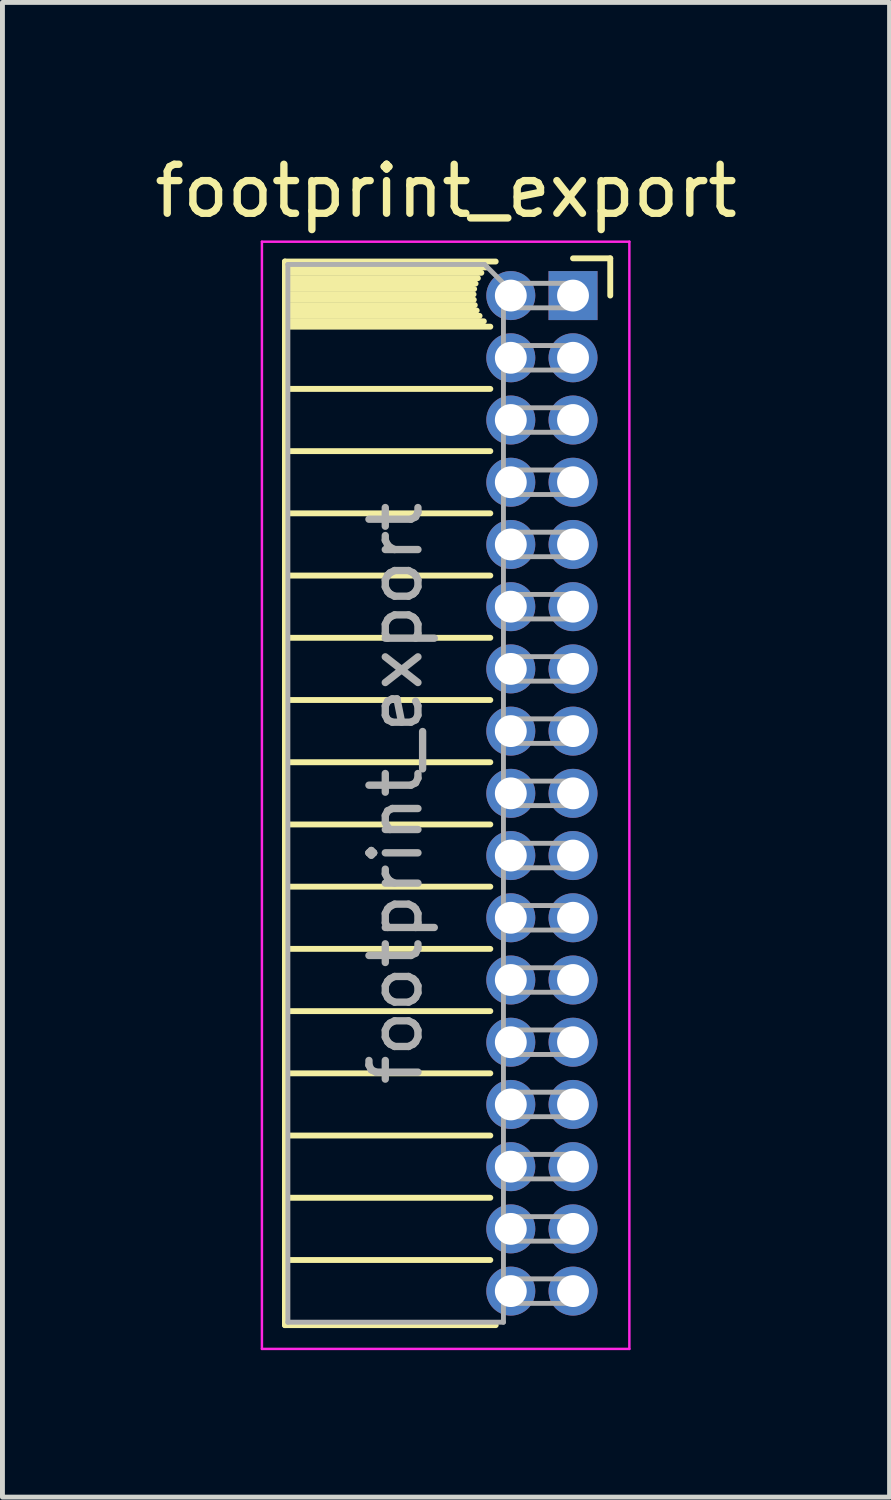
<source format=kicad_pcb>
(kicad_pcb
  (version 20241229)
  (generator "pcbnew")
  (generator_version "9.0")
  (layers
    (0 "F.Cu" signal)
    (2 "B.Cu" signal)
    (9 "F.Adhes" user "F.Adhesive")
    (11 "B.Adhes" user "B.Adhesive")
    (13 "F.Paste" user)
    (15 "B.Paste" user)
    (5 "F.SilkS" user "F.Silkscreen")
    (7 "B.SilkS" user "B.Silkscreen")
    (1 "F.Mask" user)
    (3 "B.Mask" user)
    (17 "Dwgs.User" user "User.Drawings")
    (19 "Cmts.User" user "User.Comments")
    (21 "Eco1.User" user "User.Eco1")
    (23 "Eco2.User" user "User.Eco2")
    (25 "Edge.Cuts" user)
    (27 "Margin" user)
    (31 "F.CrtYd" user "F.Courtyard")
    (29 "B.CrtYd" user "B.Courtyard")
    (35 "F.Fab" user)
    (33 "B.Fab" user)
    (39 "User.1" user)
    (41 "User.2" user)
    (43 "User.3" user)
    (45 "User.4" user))
  (footprint "footprint_export"
    (layer "F.Cu")
    (at 8.646 2.983)
    (property "Reference" "footprint_export" (at -2.592 -2.135 0) (layer "F.SilkS") (effects (font (size 1 1) (thickness 0.15))))
    (attr through_hole)
    (fp_line (start -5.88 -0.695) (end -5.88 21.015) (stroke (width 0.12) (type solid)) (layer "F.SilkS"))
    (fp_line (start -5.88 -0.695) (end -1.578 -0.695) (stroke (width 0.12) (type solid)) (layer "F.SilkS"))
    (fp_line (start -5.88 -0.575) (end -1.767 -0.575) (stroke (width 0.12) (type solid)) (layer "F.SilkS"))
    (fp_line (start -5.88 -0.465) (end -1.871 -0.465) (stroke (width 0.12) (type solid)) (layer "F.SilkS"))
    (fp_line (start -5.88 -0.355) (end -1.942 -0.355) (stroke (width 0.12) (type solid)) (layer "F.SilkS"))
    (fp_line (start -5.88 -0.245) (end -1.989 -0.245) (stroke (width 0.12) (type solid)) (layer "F.SilkS"))
    (fp_line (start -5.88 -0.135) (end -2.018 -0.135) (stroke (width 0.12) (type solid)) (layer "F.SilkS"))
    (fp_line (start -5.88 -0.025) (end -2.03 -0.025) (stroke (width 0.12) (type solid)) (layer "F.SilkS"))
    (fp_line (start -5.88 0.085) (end -2.025 0.085) (stroke (width 0.12) (type solid)) (layer "F.SilkS"))
    (fp_line (start -5.88 0.195) (end -2.005 0.195) (stroke (width 0.12) (type solid)) (layer "F.SilkS"))
    (fp_line (start -5.88 0.305) (end -1.966 0.305) (stroke (width 0.12) (type solid)) (layer "F.SilkS"))
    (fp_line (start -5.88 0.415) (end -1.907 0.415) (stroke (width 0.12) (type solid)) (layer "F.SilkS"))
    (fp_line (start -5.88 0.525) (end -1.82 0.525) (stroke (width 0.12) (type solid)) (layer "F.SilkS"))
    (fp_line (start -5.88 0.635) (end -1.688 0.635) (stroke (width 0.12) (type solid)) (layer "F.SilkS"))
    (fp_line (start -5.88 1.905) (end -1.688 1.905) (stroke (width 0.12) (type solid)) (layer "F.SilkS"))
    (fp_line (start -5.88 3.175) (end -1.688 3.175) (stroke (width 0.12) (type solid)) (layer "F.SilkS"))
    (fp_line (start -5.88 4.445) (end -1.688 4.445) (stroke (width 0.12) (type solid)) (layer "F.SilkS"))
    (fp_line (start -5.88 5.715) (end -1.688 5.715) (stroke (width 0.12) (type solid)) (layer "F.SilkS"))
    (fp_line (start -5.88 6.985) (end -1.688 6.985) (stroke (width 0.12) (type solid)) (layer "F.SilkS"))
    (fp_line (start -5.88 8.255) (end -1.688 8.255) (stroke (width 0.12) (type solid)) (layer "F.SilkS"))
    (fp_line (start -5.88 9.525) (end -1.688 9.525) (stroke (width 0.12) (type solid)) (layer "F.SilkS"))
    (fp_line (start -5.88 10.795) (end -1.688 10.795) (stroke (width 0.12) (type solid)) (layer "F.SilkS"))
    (fp_line (start -5.88 12.065) (end -1.688 12.065) (stroke (width 0.12) (type solid)) (layer "F.SilkS"))
    (fp_line (start -5.88 13.335) (end -1.688 13.335) (stroke (width 0.12) (type solid)) (layer "F.SilkS"))
    (fp_line (start -5.88 14.605) (end -1.688 14.605) (stroke (width 0.12) (type solid)) (layer "F.SilkS"))
    (fp_line (start -5.88 15.875) (end -1.688 15.875) (stroke (width 0.12) (type solid)) (layer "F.SilkS"))
    (fp_line (start -5.88 17.145) (end -1.688 17.145) (stroke (width 0.12) (type solid)) (layer "F.SilkS"))
    (fp_line (start -5.88 18.415) (end -1.688 18.415) (stroke (width 0.12) (type solid)) (layer "F.SilkS"))
    (fp_line (start -5.88 19.685) (end -1.688 19.685) (stroke (width 0.12) (type solid)) (layer "F.SilkS"))
    (fp_line (start -5.88 21.015) (end -1.578 21.015) (stroke (width 0.12) (type solid)) (layer "F.SilkS"))
    (fp_line (start 0 -0.76) (end 0.76 -0.76) (stroke (width 0.12) (type solid)) (layer "F.SilkS"))
    (fp_line (start 0.76 -0.76) (end 0.76 0) (stroke (width 0.12) (type solid)) (layer "F.SilkS"))
    (fp_line (start -6.35 -1.1) (end -6.35 21.5) (stroke (width 0.05) (type solid)) (layer "F.CrtYd"))
    (fp_line (start -6.35 21.5) (end 1.15 21.5) (stroke (width 0.05) (type solid)) (layer "F.CrtYd"))
    (fp_line (start 1.15 -1.1) (end -6.35 -1.1) (stroke (width 0.05) (type solid)) (layer "F.CrtYd"))
    (fp_line (start 1.15 21.5) (end 1.15 -1.1) (stroke (width 0.05) (type solid)) (layer "F.CrtYd"))
    (fp_line (start -5.82 -0.635) (end -1.805 -0.635) (stroke (width 0.1) (type solid)) (layer "F.Fab"))
    (fp_line (start -5.82 20.955) (end -5.82 -0.635) (stroke (width 0.1) (type solid)) (layer "F.Fab"))
    (fp_line (start -1.805 -0.635) (end -1.42 -0.25) (stroke (width 0.1) (type solid)) (layer "F.Fab"))
    (fp_line (start -1.42 -0.25) (end -1.42 20.955) (stroke (width 0.1) (type solid)) (layer "F.Fab"))
    (fp_line (start -1.42 0.25) (end 0 0.25) (stroke (width 0.1) (type solid)) (layer "F.Fab"))
    (fp_line (start -1.42 1.52) (end 0 1.52) (stroke (width 0.1) (type solid)) (layer "F.Fab"))
    (fp_line (start -1.42 2.79) (end 0 2.79) (stroke (width 0.1) (type solid)) (layer "F.Fab"))
    (fp_line (start -1.42 4.06) (end 0 4.06) (stroke (width 0.1) (type solid)) (layer "F.Fab"))
    (fp_line (start -1.42 5.33) (end 0 5.33) (stroke (width 0.1) (type solid)) (layer "F.Fab"))
    (fp_line (start -1.42 6.6) (end 0 6.6) (stroke (width 0.1) (type solid)) (layer "F.Fab"))
    (fp_line (start -1.42 7.87) (end 0 7.87) (stroke (width 0.1) (type solid)) (layer "F.Fab"))
    (fp_line (start -1.42 9.14) (end 0 9.14) (stroke (width 0.1) (type solid)) (layer "F.Fab"))
    (fp_line (start -1.42 10.41) (end 0 10.41) (stroke (width 0.1) (type solid)) (layer "F.Fab"))
    (fp_line (start -1.42 11.68) (end 0 11.68) (stroke (width 0.1) (type solid)) (layer "F.Fab"))
    (fp_line (start -1.42 12.95) (end 0 12.95) (stroke (width 0.1) (type solid)) (layer "F.Fab"))
    (fp_line (start -1.42 14.22) (end 0 14.22) (stroke (width 0.1) (type solid)) (layer "F.Fab"))
    (fp_line (start -1.42 15.49) (end 0 15.49) (stroke (width 0.1) (type solid)) (layer "F.Fab"))
    (fp_line (start -1.42 16.76) (end 0 16.76) (stroke (width 0.1) (type solid)) (layer "F.Fab"))
    (fp_line (start -1.42 18.03) (end 0 18.03) (stroke (width 0.1) (type solid)) (layer "F.Fab"))
    (fp_line (start -1.42 19.3) (end 0 19.3) (stroke (width 0.1) (type solid)) (layer "F.Fab"))
    (fp_line (start -1.42 20.57) (end 0 20.57) (stroke (width 0.1) (type solid)) (layer "F.Fab"))
    (fp_line (start -1.42 20.955) (end -5.82 20.955) (stroke (width 0.1) (type solid)) (layer "F.Fab"))
    (fp_line (start 0 -0.25) (end -1.42 -0.25) (stroke (width 0.1) (type solid)) (layer "F.Fab"))
    (fp_line (start 0 0.25) (end 0 -0.25) (stroke (width 0.1) (type solid)) (layer "F.Fab"))
    (fp_line (start 0 1.02) (end -1.42 1.02) (stroke (width 0.1) (type solid)) (layer "F.Fab"))
    (fp_line (start 0 1.52) (end 0 1.02) (stroke (width 0.1) (type solid)) (layer "F.Fab"))
    (fp_line (start 0 2.29) (end -1.42 2.29) (stroke (width 0.1) (type solid)) (layer "F.Fab"))
    (fp_line (start 0 2.79) (end 0 2.29) (stroke (width 0.1) (type solid)) (layer "F.Fab"))
    (fp_line (start 0 3.56) (end -1.42 3.56) (stroke (width 0.1) (type solid)) (layer "F.Fab"))
    (fp_line (start 0 4.06) (end 0 3.56) (stroke (width 0.1) (type solid)) (layer "F.Fab"))
    (fp_line (start 0 4.83) (end -1.42 4.83) (stroke (width 0.1) (type solid)) (layer "F.Fab"))
    (fp_line (start 0 5.33) (end 0 4.83) (stroke (width 0.1) (type solid)) (layer "F.Fab"))
    (fp_line (start 0 6.1) (end -1.42 6.1) (stroke (width 0.1) (type solid)) (layer "F.Fab"))
    (fp_line (start 0 6.6) (end 0 6.1) (stroke (width 0.1) (type solid)) (layer "F.Fab"))
    (fp_line (start 0 7.37) (end -1.42 7.37) (stroke (width 0.1) (type solid)) (layer "F.Fab"))
    (fp_line (start 0 7.87) (end 0 7.37) (stroke (width 0.1) (type solid)) (layer "F.Fab"))
    (fp_line (start 0 8.64) (end -1.42 8.64) (stroke (width 0.1) (type solid)) (layer "F.Fab"))
    (fp_line (start 0 9.14) (end 0 8.64) (stroke (width 0.1) (type solid)) (layer "F.Fab"))
    (fp_line (start 0 9.91) (end -1.42 9.91) (stroke (width 0.1) (type solid)) (layer "F.Fab"))
    (fp_line (start 0 10.41) (end 0 9.91) (stroke (width 0.1) (type solid)) (layer "F.Fab"))
    (fp_line (start 0 11.18) (end -1.42 11.18) (stroke (width 0.1) (type solid)) (layer "F.Fab"))
    (fp_line (start 0 11.68) (end 0 11.18) (stroke (width 0.1) (type solid)) (layer "F.Fab"))
    (fp_line (start 0 12.45) (end -1.42 12.45) (stroke (width 0.1) (type solid)) (layer "F.Fab"))
    (fp_line (start 0 12.95) (end 0 12.45) (stroke (width 0.1) (type solid)) (layer "F.Fab"))
    (fp_line (start 0 13.72) (end -1.42 13.72) (stroke (width 0.1) (type solid)) (layer "F.Fab"))
    (fp_line (start 0 14.22) (end 0 13.72) (stroke (width 0.1) (type solid)) (layer "F.Fab"))
    (fp_line (start 0 14.99) (end -1.42 14.99) (stroke (width 0.1) (type solid)) (layer "F.Fab"))
    (fp_line (start 0 15.49) (end 0 14.99) (stroke (width 0.1) (type solid)) (layer "F.Fab"))
    (fp_line (start 0 16.26) (end -1.42 16.26) (stroke (width 0.1) (type solid)) (layer "F.Fab"))
    (fp_line (start 0 16.76) (end 0 16.26) (stroke (width 0.1) (type solid)) (layer "F.Fab"))
    (fp_line (start 0 17.53) (end -1.42 17.53) (stroke (width 0.1) (type solid)) (layer "F.Fab"))
    (fp_line (start 0 18.03) (end 0 17.53) (stroke (width 0.1) (type solid)) (layer "F.Fab"))
    (fp_line (start 0 18.8) (end -1.42 18.8) (stroke (width 0.1) (type solid)) (layer "F.Fab"))
    (fp_line (start 0 19.3) (end 0 18.8) (stroke (width 0.1) (type solid)) (layer "F.Fab"))
    (fp_line (start 0 20.07) (end -1.42 20.07) (stroke (width 0.1) (type solid)) (layer "F.Fab"))
    (fp_line (start 0 20.57) (end 0 20.07) (stroke (width 0.1) (type solid)) (layer "F.Fab"))
    (fp_text user "${REFERENCE}" (at -3.62 10.16 90) (layer "F.Fab") (effects (font (size 1 1) (thickness 0.15))))
    (pad "1" thru_hole rect (at 0 0) (size 1 1) (drill 0.65) (layers "*.Cu" "*.Mask"))
    (pad "2" thru_hole oval (at -1.27 0) (size 1 1) (drill 0.65) (layers "*.Cu" "*.Mask"))
    (pad "3" thru_hole oval (at 0 1.27) (size 1 1) (drill 0.65) (layers "*.Cu" "*.Mask"))
    (pad "4" thru_hole oval (at -1.27 1.27) (size 1 1) (drill 0.65) (layers "*.Cu" "*.Mask"))
    (pad "5" thru_hole oval (at 0 2.54) (size 1 1) (drill 0.65) (layers "*.Cu" "*.Mask"))
    (pad "6" thru_hole oval (at -1.27 2.54) (size 1 1) (drill 0.65) (layers "*.Cu" "*.Mask"))
    (pad "7" thru_hole oval (at 0 3.81) (size 1 1) (drill 0.65) (layers "*.Cu" "*.Mask"))
    (pad "8" thru_hole oval (at -1.27 3.81) (size 1 1) (drill 0.65) (layers "*.Cu" "*.Mask"))
    (pad "9" thru_hole oval (at 0 5.08) (size 1 1) (drill 0.65) (layers "*.Cu" "*.Mask"))
    (pad "10" thru_hole oval (at -1.27 5.08) (size 1 1) (drill 0.65) (layers "*.Cu" "*.Mask"))
    (pad "11" thru_hole oval (at 0 6.35) (size 1 1) (drill 0.65) (layers "*.Cu" "*.Mask"))
    (pad "12" thru_hole oval (at -1.27 6.35) (size 1 1) (drill 0.65) (layers "*.Cu" "*.Mask"))
    (pad "13" thru_hole oval (at 0 7.62) (size 1 1) (drill 0.65) (layers "*.Cu" "*.Mask"))
    (pad "14" thru_hole oval (at -1.27 7.62) (size 1 1) (drill 0.65) (layers "*.Cu" "*.Mask"))
    (pad "15" thru_hole oval (at 0 8.89) (size 1 1) (drill 0.65) (layers "*.Cu" "*.Mask"))
    (pad "16" thru_hole oval (at -1.27 8.89) (size 1 1) (drill 0.65) (layers "*.Cu" "*.Mask"))
    (pad "17" thru_hole oval (at 0 10.16) (size 1 1) (drill 0.65) (layers "*.Cu" "*.Mask"))
    (pad "18" thru_hole oval (at -1.27 10.16) (size 1 1) (drill 0.65) (layers "*.Cu" "*.Mask"))
    (pad "19" thru_hole oval (at 0 11.43) (size 1 1) (drill 0.65) (layers "*.Cu" "*.Mask"))
    (pad "20" thru_hole oval (at -1.27 11.43) (size 1 1) (drill 0.65) (layers "*.Cu" "*.Mask"))
    (pad "21" thru_hole oval (at 0 12.7) (size 1 1) (drill 0.65) (layers "*.Cu" "*.Mask"))
    (pad "22" thru_hole oval (at -1.27 12.7) (size 1 1) (drill 0.65) (layers "*.Cu" "*.Mask"))
    (pad "23" thru_hole oval (at 0 13.97) (size 1 1) (drill 0.65) (layers "*.Cu" "*.Mask"))
    (pad "24" thru_hole oval (at -1.27 13.97) (size 1 1) (drill 0.65) (layers "*.Cu" "*.Mask"))
    (pad "25" thru_hole oval (at 0 15.24) (size 1 1) (drill 0.65) (layers "*.Cu" "*.Mask"))
    (pad "26" thru_hole oval (at -1.27 15.24) (size 1 1) (drill 0.65) (layers "*.Cu" "*.Mask"))
    (pad "27" thru_hole oval (at 0 16.51) (size 1 1) (drill 0.65) (layers "*.Cu" "*.Mask"))
    (pad "28" thru_hole oval (at -1.27 16.51) (size 1 1) (drill 0.65) (layers "*.Cu" "*.Mask"))
    (pad "29" thru_hole oval (at 0 17.78) (size 1 1) (drill 0.65) (layers "*.Cu" "*.Mask"))
    (pad "30" thru_hole oval (at -1.27 17.78) (size 1 1) (drill 0.65) (layers "*.Cu" "*.Mask"))
    (pad "31" thru_hole oval (at 0 19.05) (size 1 1) (drill 0.65) (layers "*.Cu" "*.Mask"))
    (pad "32" thru_hole oval (at -1.27 19.05) (size 1 1) (drill 0.65) (layers "*.Cu" "*.Mask"))
    (pad "33" thru_hole oval (at 0 20.32) (size 1 1) (drill 0.65) (layers "*.Cu" "*.Mask"))
    (pad "34" thru_hole oval (at -1.27 20.32) (size 1 1) (drill 0.65) (layers "*.Cu" "*.Mask")))
  (gr_rect
    (start -3 -3)
    (end 15.107 27.508)
    (stroke (width 0.1) (type default))
    (fill no)
    (layer "Edge.Cuts")))
</source>
